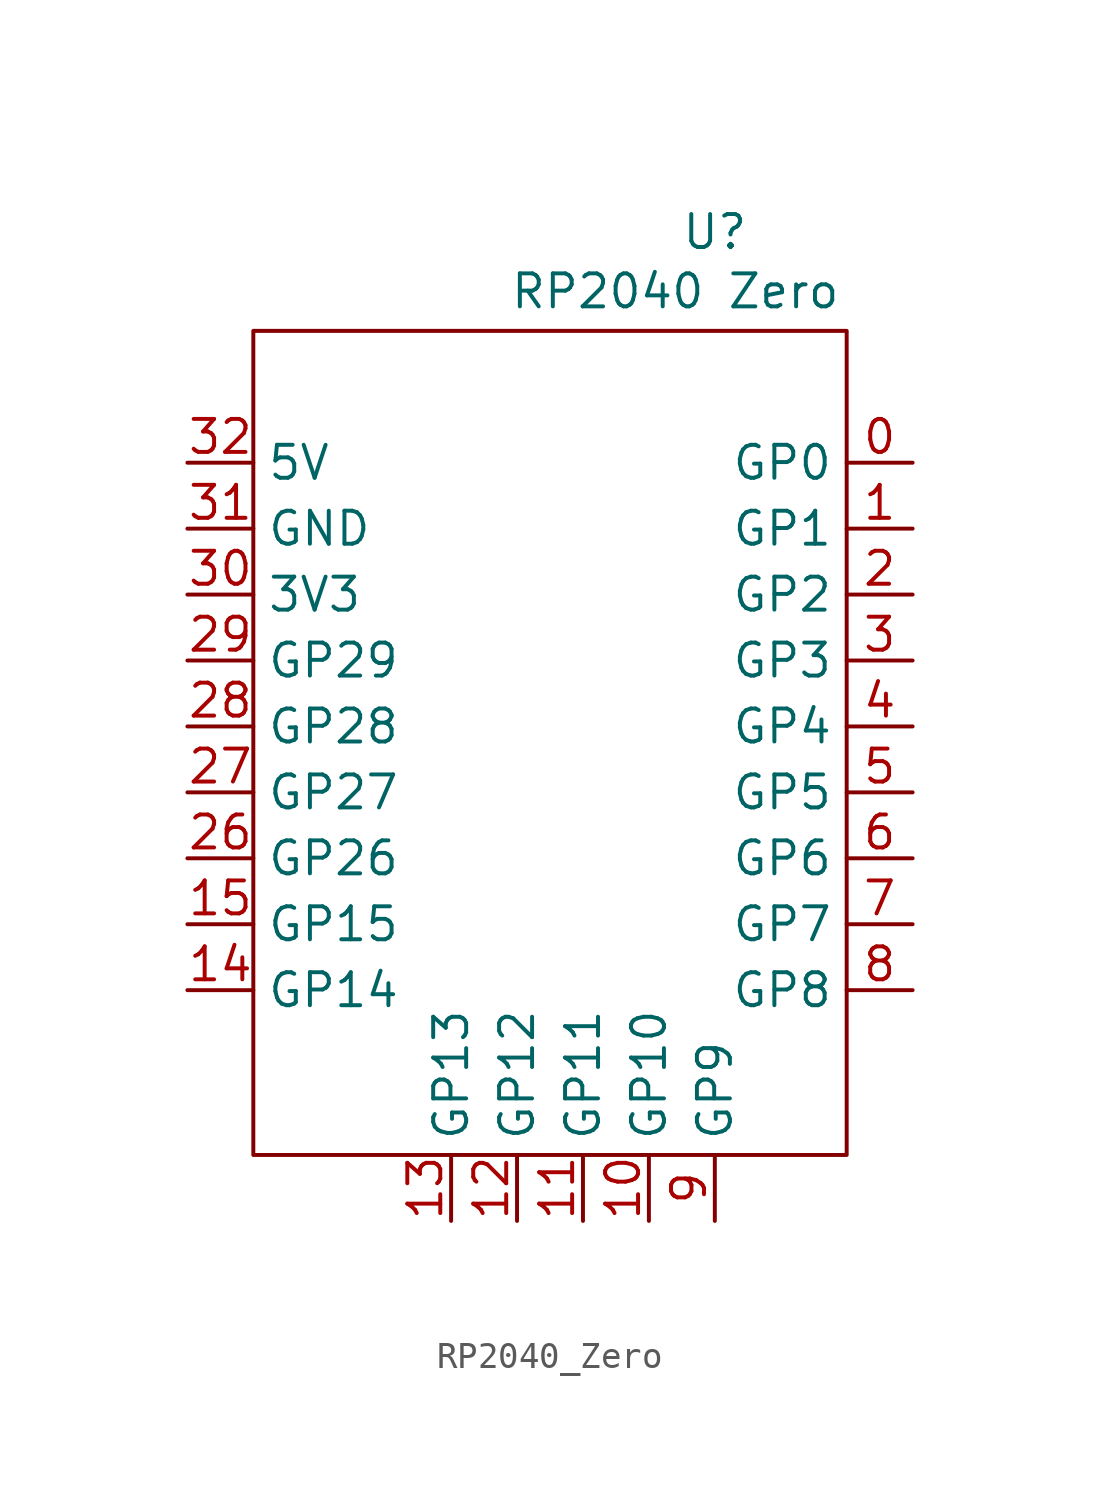
<source format=kicad_sym>
(kicad_symbol_lib
  (version 20231120)
  (generator "kicad_symbol_editor")
  (generator_version "8.0")
  (symbol "RP2040_Zero"
    (property "Reference" "U"
      (at 0 0 0)
      (effects (font (size 1.27 1.27))))
    (property "Value" "RP2040 Zero"
      (at -1.524 -2.286 0)
      (effects (font (size 1.27 1.27))))
    (symbol "RP2040_Zero_1_1"
      (rectangle (start -17.78 -3.81) (end 5.08 -35.56) (stroke (width 0) (type default)) (fill (type none)))
      (pin bidirectional line (at 7.62 -8.89 180) (length 2.54) (name "GP0" (effects (font (size 1.27 1.27)))) (number "0" (effects (font (size 1.27 1.27)))))
      (pin bidirectional line (at 7.62 -11.43 180) (length 2.54) (name "GP1" (effects (font (size 1.27 1.27)))) (number "1" (effects (font (size 1.27 1.27)))))
      (pin bidirectional line (at -2.54 -38.1 90) (length 2.54) (name "GP10" (effects (font (size 1.27 1.27)))) (number "10" (effects (font (size 1.27 1.27)))))
      (pin bidirectional line (at -5.08 -38.1 90) (length 2.54) (name "GP11" (effects (font (size 1.27 1.27)))) (number "11" (effects (font (size 1.27 1.27)))))
      (pin bidirectional line (at -7.62 -38.1 90) (length 2.54) (name "GP12" (effects (font (size 1.27 1.27)))) (number "12" (effects (font (size 1.27 1.27)))))
      (pin bidirectional line (at -10.16 -38.1 90) (length 2.54) (name "GP13" (effects (font (size 1.27 1.27)))) (number "13" (effects (font (size 1.27 1.27)))))
      (pin bidirectional line (at -20.32 -29.21 0) (length 2.54) (name "GP14" (effects (font (size 1.27 1.27)))) (number "14" (effects (font (size 1.27 1.27)))))
      (pin bidirectional line (at -20.32 -26.67 0) (length 2.54) (name "GP15" (effects (font (size 1.27 1.27)))) (number "15" (effects (font (size 1.27 1.27)))))
      (pin bidirectional line (at 7.62 -13.97 180) (length 2.54) (name "GP2" (effects (font (size 1.27 1.27)))) (number "2" (effects (font (size 1.27 1.27)))))
      (pin bidirectional line (at -20.32 -24.13 0) (length 2.54) (name "GP26" (effects (font (size 1.27 1.27)))) (number "26" (effects (font (size 1.27 1.27)))))
      (pin bidirectional line (at -20.32 -21.59 0) (length 2.54) (name "GP27" (effects (font (size 1.27 1.27)))) (number "27" (effects (font (size 1.27 1.27)))))
      (pin bidirectional line (at -20.32 -19.05 0) (length 2.54) (name "GP28" (effects (font (size 1.27 1.27)))) (number "28" (effects (font (size 1.27 1.27)))))
      (pin bidirectional line (at -20.32 -16.51 0) (length 2.54) (name "GP29" (effects (font (size 1.27 1.27)))) (number "29" (effects (font (size 1.27 1.27)))))
      (pin bidirectional line (at 7.62 -16.51 180) (length 2.54) (name "GP3" (effects (font (size 1.27 1.27)))) (number "3" (effects (font (size 1.27 1.27)))))
      (pin power_out line (at -20.32 -13.97 0) (length 2.54) (name "3V3" (effects (font (size 1.27 1.27)))) (number "30" (effects (font (size 1.27 1.27)))))
      (pin power_in line (at -20.32 -11.43 0) (length 2.54) (name "GND" (effects (font (size 1.27 1.27)))) (number "31" (effects (font (size 1.27 1.27)))))
      (pin power_out line (at -20.32 -8.89 0) (length 2.54) (name "5V" (effects (font (size 1.27 1.27)))) (number "32" (effects (font (size 1.27 1.27)))))
      (pin bidirectional line (at 7.62 -19.05 180) (length 2.54) (name "GP4" (effects (font (size 1.27 1.27)))) (number "4" (effects (font (size 1.27 1.27)))))
      (pin bidirectional line (at 7.62 -21.59 180) (length 2.54) (name "GP5" (effects (font (size 1.27 1.27)))) (number "5" (effects (font (size 1.27 1.27)))))
      (pin bidirectional line (at 7.62 -24.13 180) (length 2.54) (name "GP6" (effects (font (size 1.27 1.27)))) (number "6" (effects (font (size 1.27 1.27)))))
      (pin bidirectional line (at 7.62 -26.67 180) (length 2.54) (name "GP7" (effects (font (size 1.27 1.27)))) (number "7" (effects (font (size 1.27 1.27)))))
      (pin bidirectional line (at 7.62 -29.21 180) (length 2.54) (name "GP8" (effects (font (size 1.27 1.27)))) (number "8" (effects (font (size 1.27 1.27)))))
      (pin bidirectional line (at 0 -38.1 90) (length 2.54) (name "GP9" (effects (font (size 1.27 1.27)))) (number "9" (effects (font (size 1.27 1.27))))))))
</source>
